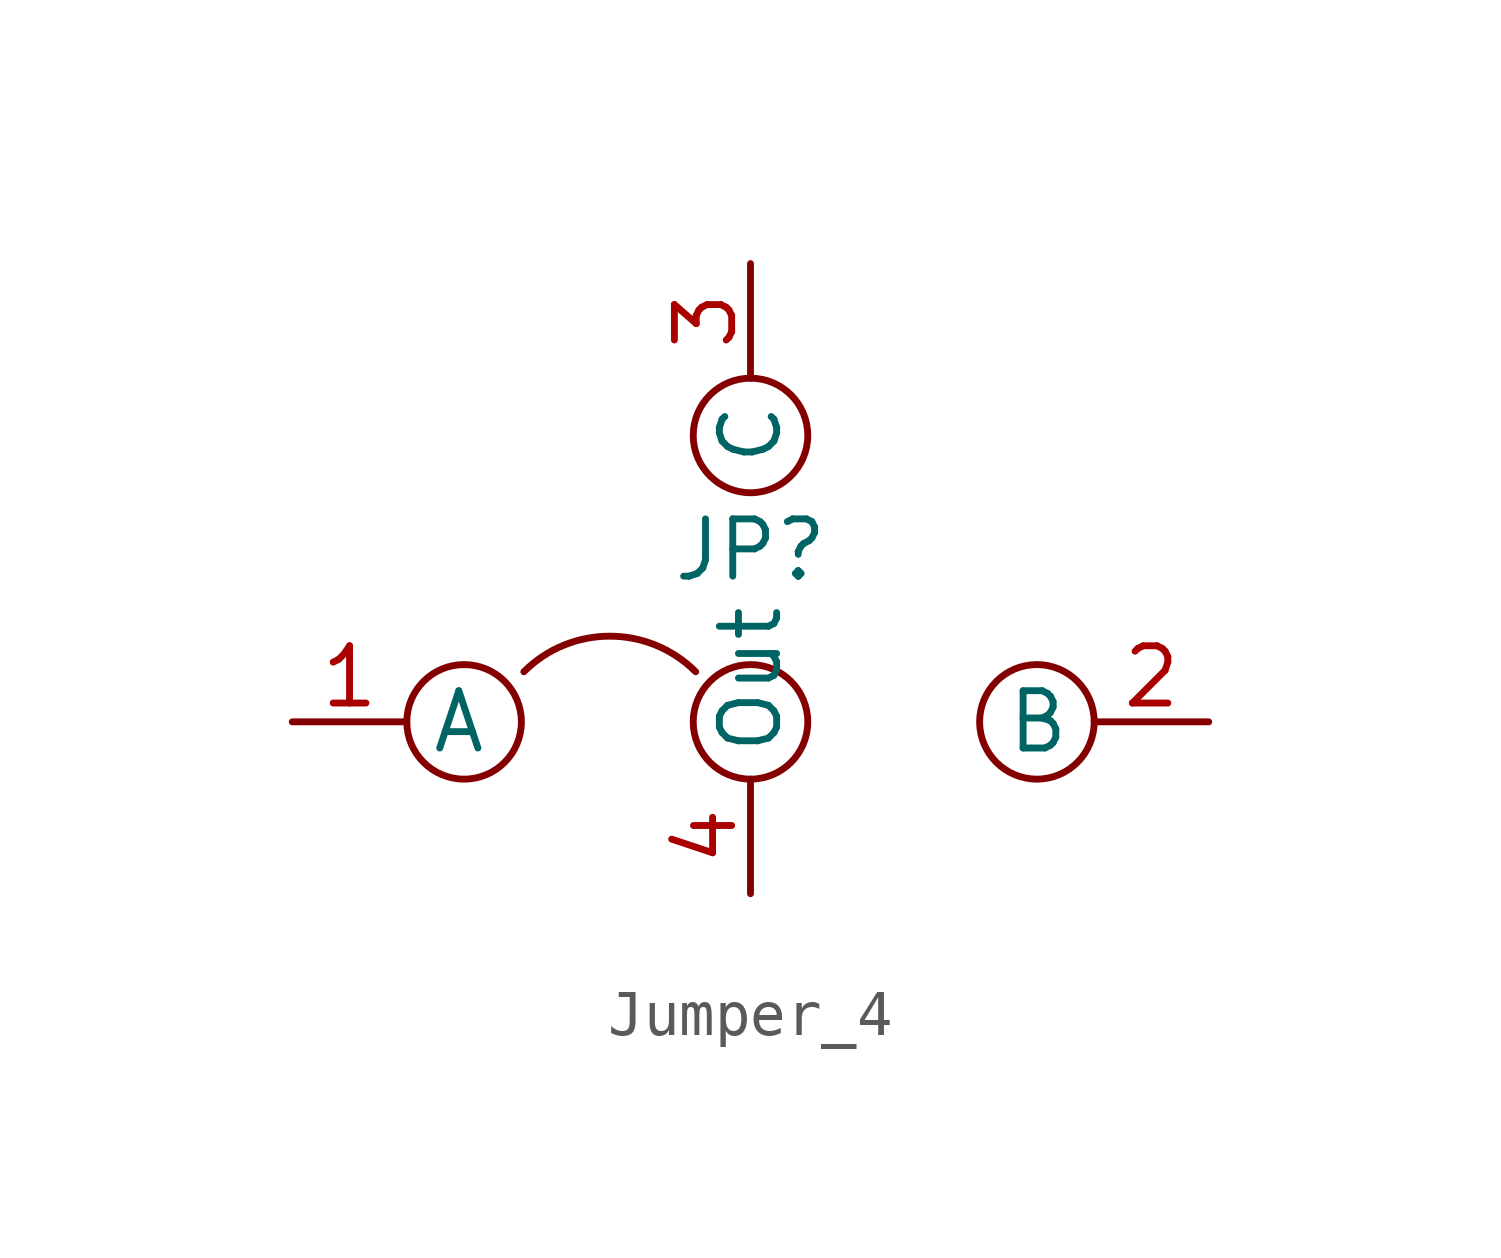
<source format=kicad_sym>
(kicad_symbol_lib
  (version 20231120)
  (generator "kicad_symbol_editor")
  (generator_version "8.0")
  (symbol "Jumper_4"
    (property "Reference" "JP"
      (at 0 3.81 0)
      (effects (font (size 1.27 1.27))))
    (property "Value" ""
      (at 0 0 0)
      (effects (font (size 1.27 1.27))))
    (symbol "Jumper_4_0_1"
      (circle (center -6.35 0) (radius 1.27) (stroke (width 0) (type default)) (fill (type none)))
      (arc (start -1.2152 1.1106) (mid -3.1202 1.8997) (end -5.0252 1.1106) (stroke (width 0) (type default)) (fill (type none)))
      (circle (center 0 0) (radius 1.27) (stroke (width 0) (type default)) (fill (type none)))
      (circle (center 0 6.35) (radius 1.27) (stroke (width 0) (type default)) (fill (type none)))
      (circle (center 6.35 0) (radius 1.27) (stroke (width 0) (type default)) (fill (type none))))
    (symbol "Jumper_4_1_1"
      (pin passive line (at -10.16 0 0) (length 2.54) (name "A" (effects (font (size 1.27 1.27)))) (number "1" (effects (font (size 1.27 1.27)))))
      (pin passive line (at 10.16 0 180) (length 2.54) (name "B" (effects (font (size 1.27 1.27)))) (number "2" (effects (font (size 1.27 1.27)))))
      (pin passive line (at 0 10.16 270) (length 2.54) (name "C" (effects (font (size 1.27 1.27)))) (number "3" (effects (font (size 1.27 1.27)))))
      (pin passive line (at 0 -3.81 90) (length 2.54) (name "Out" (effects (font (size 1.27 1.27)))) (number "4" (effects (font (size 1.27 1.27))))))))
</source>
